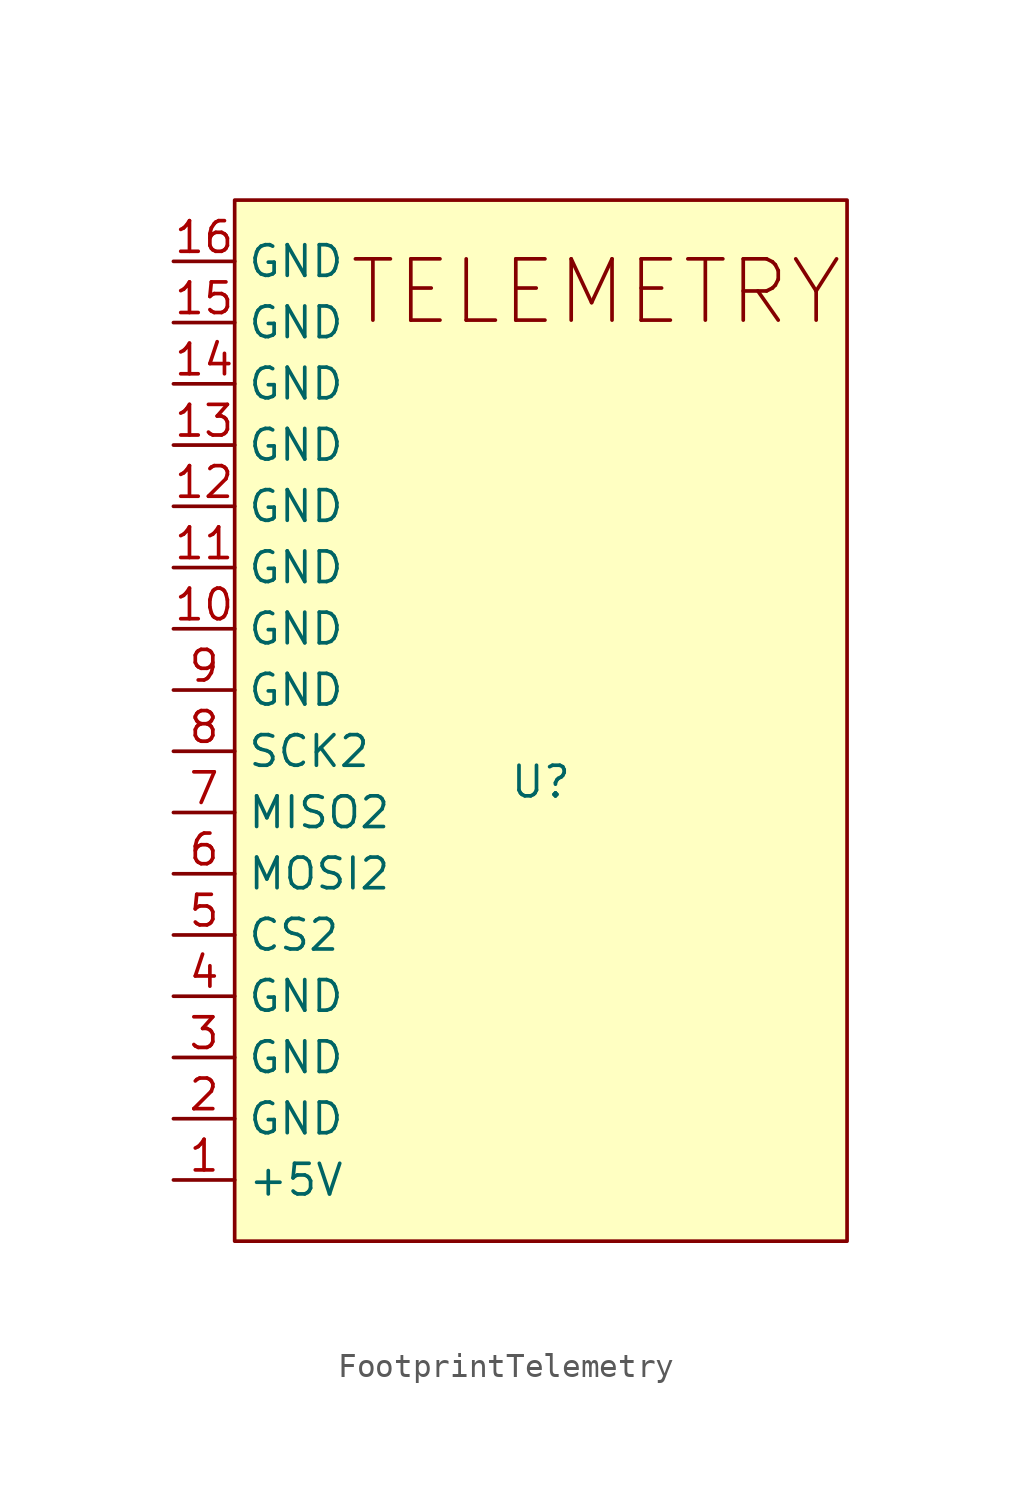
<source format=kicad_sym>
(kicad_symbol_lib
  (version 20241209)
  (generator "kicad_symbol_editor")
  (generator_version "9.0")
  (symbol "FootprintTelemetry"
    (property "Reference" "U"
      (at 0 -2.54 0)
      (effects (font (size 1.27 1.27))))
    (property "Value" ""
      (at 0 0 0)
      (effects (font (size 1.27 1.27))))
    (symbol "FootprintTelemetry_1_1"
      (rectangle (start -12.7 21.59) (end 12.7 -21.59) (stroke (width 0) (type solid)) (fill (type color) (color 255 255 194 1)))
      (text "TELEMETRY" (at 2.286 17.78 0) (effects (font (size 2.54 2.54))))
      (pin power_in line (at -15.24 19.05 0) (length 2.54) (name "GND" (effects (font (size 1.27 1.27)))) (number "16" (effects (font (size 1.27 1.27)))))
      (pin power_in line (at -15.24 16.51 0) (length 2.54) (name "GND" (effects (font (size 1.27 1.27)))) (number "15" (effects (font (size 1.27 1.27)))))
      (pin power_in line (at -15.24 13.97 0) (length 2.54) (name "GND" (effects (font (size 1.27 1.27)))) (number "14" (effects (font (size 1.27 1.27)))))
      (pin power_in line (at -15.24 11.43 0) (length 2.54) (name "GND" (effects (font (size 1.27 1.27)))) (number "13" (effects (font (size 1.27 1.27)))))
      (pin power_in line (at -15.24 8.89 0) (length 2.54) (name "GND" (effects (font (size 1.27 1.27)))) (number "12" (effects (font (size 1.27 1.27)))))
      (pin power_in line (at -15.24 6.35 0) (length 2.54) (name "GND" (effects (font (size 1.27 1.27)))) (number "11" (effects (font (size 1.27 1.27)))))
      (pin power_in line (at -15.24 3.81 0) (length 2.54) (name "GND" (effects (font (size 1.27 1.27)))) (number "10" (effects (font (size 1.27 1.27)))))
      (pin power_in line (at -15.24 1.27 0) (length 2.54) (name "GND" (effects (font (size 1.27 1.27)))) (number "9" (effects (font (size 1.27 1.27)))))
      (pin bidirectional line (at -15.24 -1.27 0) (length 2.54) (name "SCK2" (effects (font (size 1.27 1.27)))) (number "8" (effects (font (size 1.27 1.27)))))
      (pin bidirectional line (at -15.24 -3.81 0) (length 2.54) (name "MISO2" (effects (font (size 1.27 1.27)))) (number "7" (effects (font (size 1.27 1.27)))))
      (pin bidirectional line (at -15.24 -6.35 0) (length 2.54) (name "MOSI2" (effects (font (size 1.27 1.27)))) (number "6" (effects (font (size 1.27 1.27)))))
      (pin bidirectional line (at -15.24 -8.89 0) (length 2.54) (name "CS2" (effects (font (size 1.27 1.27)))) (number "5" (effects (font (size 1.27 1.27)))))
      (pin power_in line (at -15.24 -11.43 0) (length 2.54) (name "GND" (effects (font (size 1.27 1.27)))) (number "4" (effects (font (size 1.27 1.27)))))
      (pin power_in line (at -15.24 -13.97 0) (length 2.54) (name "GND" (effects (font (size 1.27 1.27)))) (number "3" (effects (font (size 1.27 1.27)))))
      (pin power_in line (at -15.24 -16.51 0) (length 2.54) (name "GND" (effects (font (size 1.27 1.27)))) (number "2" (effects (font (size 1.27 1.27)))))
      (pin power_in line (at -15.24 -19.05 0) (length 2.54) (name "+5V" (effects (font (size 1.27 1.27)))) (number "1" (effects (font (size 1.27 1.27))))))))
</source>
